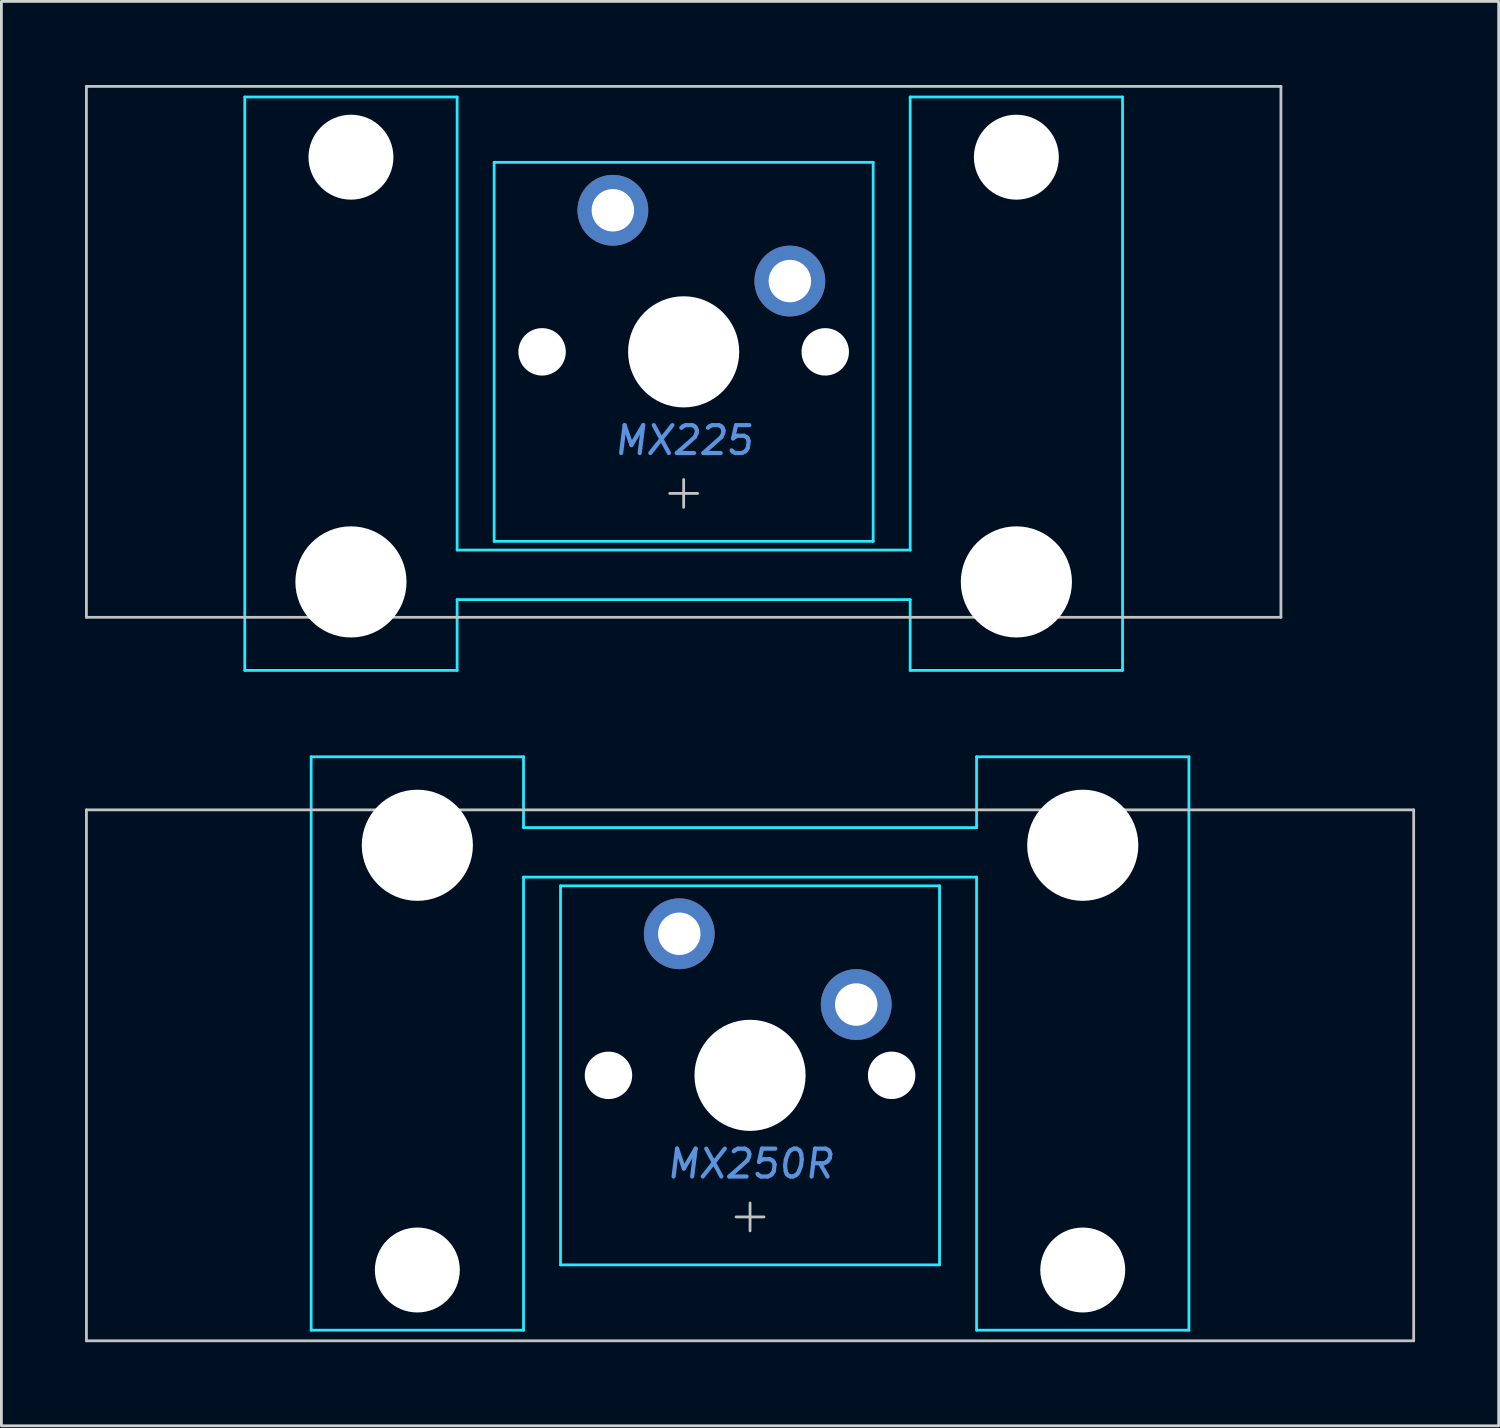
<source format=kicad_pcb>
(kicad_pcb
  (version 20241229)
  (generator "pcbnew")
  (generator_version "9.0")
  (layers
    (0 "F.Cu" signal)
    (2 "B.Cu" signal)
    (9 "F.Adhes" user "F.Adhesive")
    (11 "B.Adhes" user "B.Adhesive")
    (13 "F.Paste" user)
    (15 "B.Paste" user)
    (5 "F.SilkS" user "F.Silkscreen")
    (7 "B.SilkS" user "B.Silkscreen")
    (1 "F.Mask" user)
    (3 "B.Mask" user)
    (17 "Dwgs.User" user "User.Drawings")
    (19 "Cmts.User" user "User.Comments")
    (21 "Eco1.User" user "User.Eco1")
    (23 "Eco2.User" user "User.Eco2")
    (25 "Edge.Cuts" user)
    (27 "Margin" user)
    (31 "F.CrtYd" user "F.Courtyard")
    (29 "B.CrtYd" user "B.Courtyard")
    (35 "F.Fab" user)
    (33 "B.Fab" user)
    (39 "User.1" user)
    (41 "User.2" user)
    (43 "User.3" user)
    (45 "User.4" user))
  (footprint "MX225"
    (layer "F.Cu")
    (at 21.481 9.575)
    (property "Reference" "MX225" (at 0 3.175 0) (layer "Cmts.User") (effects (font (size 1 1) (thickness 0.15) (italic yes))))
    (attr through_hole)
    (fp_line (start -21.431 -9.525) (end -21.431 9.525) (stroke (width 0.1) (type solid)) (layer "Dwgs.User"))
    (fp_line (start -21.431 -9.525) (end 21.431 -9.525) (stroke (width 0.1) (type solid)) (layer "Dwgs.User"))
    (fp_line (start -21.431 9.525) (end 21.431 9.525) (stroke (width 0.1) (type solid)) (layer "Dwgs.User"))
    (fp_line (start -0.5 5.08) (end 0.5 5.08) (stroke (width 0.1) (type solid)) (layer "Dwgs.User"))
    (fp_line (start 0 5.58) (end 0 4.58) (stroke (width 0.1) (type solid)) (layer "Dwgs.User"))
    (fp_line (start 21.431 -9.525) (end 21.431 9.525) (stroke (width 0.1) (type solid)) (layer "Dwgs.User"))
    (fp_line (start -15.438 -5.485) (end -15.438 8.515) (stroke (width 0.1) (type solid)) (layer "Eco1.User"))
    (fp_line (start -14.938 -5.985) (end -8.938 -5.985) (stroke (width 0.1) (type solid)) (layer "Eco1.User"))
    (fp_line (start -8.938 9.015) (end -14.938 9.015) (stroke (width 0.1) (type solid)) (layer "Eco1.User"))
    (fp_line (start -8.438 8.515) (end -8.438 -5.485) (stroke (width 0.1) (type solid)) (layer "Eco1.User"))
    (fp_line (start -7 -6.5) (end -7 6.5) (stroke (width 0.1) (type solid)) (layer "Eco1.User"))
    (fp_line (start -6.5 7) (end 6.5 7) (stroke (width 0.1) (type solid)) (layer "Eco1.User"))
    (fp_line (start 6.5 -7) (end -6.5 -7) (stroke (width 0.1) (type solid)) (layer "Eco1.User"))
    (fp_line (start 7 6.5) (end 7 -6.5) (stroke (width 0.1) (type solid)) (layer "Eco1.User"))
    (fp_line (start 8.438 -5.485) (end 8.438 8.515) (stroke (width 0.1) (type solid)) (layer "Eco1.User"))
    (fp_line (start 8.938 -5.985) (end 14.938 -5.985) (stroke (width 0.1) (type solid)) (layer "Eco1.User"))
    (fp_line (start 14.938 9.015) (end 8.938 9.015) (stroke (width 0.1) (type solid)) (layer "Eco1.User"))
    (fp_line (start 15.438 8.515) (end 15.438 -5.485) (stroke (width 0.1) (type solid)) (layer "Eco1.User"))
    (fp_arc (start -15.438 -5.485) (mid -15.291553 -5.838553) (end -14.938 -5.985) (stroke (width 0.1) (type solid)) (layer "Eco1.User"))
    (fp_arc (start -14.938 9.015) (mid -15.291553 8.868553) (end -15.438 8.515) (stroke (width 0.1) (type solid)) (layer "Eco1.User"))
    (fp_arc (start -8.938 -5.985) (mid -8.584447 -5.838553) (end -8.438 -5.485) (stroke (width 0.1) (type solid)) (layer "Eco1.User"))
    (fp_arc (start -8.438 8.515) (mid -8.584447 8.868553) (end -8.938 9.015) (stroke (width 0.1) (type solid)) (layer "Eco1.User"))
    (fp_arc (start -7 -6.5) (mid -6.853553 -6.853553) (end -6.5 -7) (stroke (width 0.1) (type solid)) (layer "Eco1.User"))
    (fp_arc (start -6.5 7) (mid -6.853553 6.853553) (end -7 6.5) (stroke (width 0.1) (type solid)) (layer "Eco1.User"))
    (fp_arc (start 6.5 -7) (mid 6.853553 -6.853553) (end 7 -6.5) (stroke (width 0.1) (type solid)) (layer "Eco1.User"))
    (fp_arc (start 7 6.5) (mid 6.853553 6.853553) (end 6.5 7) (stroke (width 0.1) (type solid)) (layer "Eco1.User"))
    (fp_arc (start 8.438 -5.485) (mid 8.584447 -5.838553) (end 8.938 -5.985) (stroke (width 0.1) (type solid)) (layer "Eco1.User"))
    (fp_arc (start 8.938 9.015) (mid 8.584447 8.868553) (end 8.438 8.515) (stroke (width 0.1) (type solid)) (layer "Eco1.User"))
    (fp_arc (start 14.938 -5.985) (mid 15.291553 -5.838553) (end 15.438 -5.485) (stroke (width 0.1) (type solid)) (layer "Eco1.User"))
    (fp_arc (start 15.438 8.515) (mid 15.291553 8.868553) (end 14.938 9.015) (stroke (width 0.1) (type solid)) (layer "Eco1.User"))
    (fp_line (start -15.748 -9.144) (end -8.128 -9.144) (stroke (width 0.1) (type solid)) (layer "B.CrtYd"))
    (fp_line (start -15.748 11.43) (end -15.748 -9.144) (stroke (width 0.1) (type solid)) (layer "B.CrtYd"))
    (fp_line (start -8.128 -9.144) (end -8.128 7.112) (stroke (width 0.1) (type solid)) (layer "B.CrtYd"))
    (fp_line (start -8.128 7.112) (end 8.128 7.112) (stroke (width 0.1) (type solid)) (layer "B.CrtYd"))
    (fp_line (start -8.128 8.89) (end 8.128 8.89) (stroke (width 0.1) (type solid)) (layer "B.CrtYd"))
    (fp_line (start -8.128 11.43) (end -15.748 11.43) (stroke (width 0.1) (type solid)) (layer "B.CrtYd"))
    (fp_line (start -8.128 11.43) (end -8.128 8.89) (stroke (width 0.1) (type solid)) (layer "B.CrtYd"))
    (fp_line (start -6.8 6.8) (end -6.8 -6.8) (stroke (width 0.1) (type solid)) (layer "B.CrtYd"))
    (fp_line (start 6.8 -6.8) (end -6.8 -6.8) (stroke (width 0.1) (type solid)) (layer "B.CrtYd"))
    (fp_line (start 6.8 6.8) (end -6.8 6.8) (stroke (width 0.1) (type solid)) (layer "B.CrtYd"))
    (fp_line (start 6.8 6.8) (end 6.8 -6.8) (stroke (width 0.1) (type solid)) (layer "B.CrtYd"))
    (fp_line (start 8.128 -9.144) (end 8.128 7.112) (stroke (width 0.1) (type solid)) (layer "B.CrtYd"))
    (fp_line (start 8.128 -9.144) (end 15.748 -9.144) (stroke (width 0.1) (type solid)) (layer "B.CrtYd"))
    (fp_line (start 8.128 11.43) (end 8.128 8.89) (stroke (width 0.1) (type solid)) (layer "B.CrtYd"))
    (fp_line (start 15.748 -9.144) (end 15.748 11.43) (stroke (width 0.1) (type solid)) (layer "B.CrtYd"))
    (fp_line (start 15.748 11.43) (end 8.128 11.43) (stroke (width 0.1) (type solid)) (layer "B.CrtYd"))
    (pad "" np_thru_hole circle (at -11.938 -6.985) (size 3.048 3.048) (drill 3.048) (layers "*.Cu" "*.Mask"))
    (pad "" np_thru_hole circle (at -11.938 8.255) (size 3.988 3.988) (drill 3.988) (layers "*.Cu" "*.Mask"))
    (pad "" np_thru_hole circle (at -5.08 0) (size 1.702 1.702) (drill 1.702) (layers "*.Cu" "*.Mask"))
    (pad "" np_thru_hole circle (at 0 0) (size 3.988 3.988) (drill 3.988) (layers "*.Cu" "*.Mask"))
    (pad "" np_thru_hole circle (at 5.08 0) (size 1.702 1.702) (drill 1.702) (layers "*.Cu" "*.Mask"))
    (pad "" np_thru_hole circle (at 11.938 -6.985) (size 3.048 3.048) (drill 3.048) (layers "*.Cu" "*.Mask"))
    (pad "" np_thru_hole circle (at 11.938 8.255) (size 3.988 3.988) (drill 3.988) (layers "*.Cu" "*.Mask"))
    (pad "1" thru_hole circle (at -2.54 -5.08) (size 2.54 2.54) (drill 1.524) (layers "*.Cu" "*.Mask"))
    (pad "2" thru_hole circle (at 3.81 -2.54) (size 2.54 2.54) (drill 1.524) (layers "*.Cu" "*.Mask")))
  (footprint "MX250R"
    (layer "F.Cu")
    (at 23.863 35.535)
    (property "Reference" "MX250R" (at 0 3.175 0) (layer "Cmts.User") (effects (font (size 1 1) (thickness 0.15) (italic yes))))
    (attr through_hole)
    (fp_line (start -23.812 -9.525) (end -23.812 9.525) (stroke (width 0.1) (type solid)) (layer "Dwgs.User"))
    (fp_line (start -23.812 -9.525) (end 23.812 -9.525) (stroke (width 0.1) (type solid)) (layer "Dwgs.User"))
    (fp_line (start -23.812 9.525) (end 23.812 9.525) (stroke (width 0.1) (type solid)) (layer "Dwgs.User"))
    (fp_line (start -0.5 5.08) (end 0.5 5.08) (stroke (width 0.1) (type solid)) (layer "Dwgs.User"))
    (fp_line (start 0 5.58) (end 0 4.58) (stroke (width 0.1) (type solid)) (layer "Dwgs.User"))
    (fp_line (start 23.812 -9.525) (end 23.812 9.525) (stroke (width 0.1) (type solid)) (layer "Dwgs.User"))
    (fp_line (start -15.438 -8.515) (end -15.438 5.485) (stroke (width 0.1) (type solid)) (layer "Eco1.User"))
    (fp_line (start -14.938 -9.015) (end -8.938 -9.015) (stroke (width 0.1) (type solid)) (layer "Eco1.User"))
    (fp_line (start -8.938 5.985) (end -14.938 5.985) (stroke (width 0.1) (type solid)) (layer "Eco1.User"))
    (fp_line (start -8.438 5.485) (end -8.438 -8.515) (stroke (width 0.1) (type solid)) (layer "Eco1.User"))
    (fp_line (start -7 -6.5) (end -7 6.5) (stroke (width 0.1) (type solid)) (layer "Eco1.User"))
    (fp_line (start -6.5 7) (end 6.5 7) (stroke (width 0.1) (type solid)) (layer "Eco1.User"))
    (fp_line (start 6.5 -7) (end -6.5 -7) (stroke (width 0.1) (type solid)) (layer "Eco1.User"))
    (fp_line (start 7 6.5) (end 7 -6.5) (stroke (width 0.1) (type solid)) (layer "Eco1.User"))
    (fp_line (start 8.438 -8.515) (end 8.438 5.485) (stroke (width 0.1) (type solid)) (layer "Eco1.User"))
    (fp_line (start 8.938 -9.015) (end 14.938 -9.015) (stroke (width 0.1) (type solid)) (layer "Eco1.User"))
    (fp_line (start 14.938 5.985) (end 8.938 5.985) (stroke (width 0.1) (type solid)) (layer "Eco1.User"))
    (fp_line (start 15.438 5.485) (end 15.438 -8.515) (stroke (width 0.1) (type solid)) (layer "Eco1.User"))
    (fp_arc (start -15.438 -8.515) (mid -15.291553 -8.868553) (end -14.938 -9.015) (stroke (width 0.1) (type solid)) (layer "Eco1.User"))
    (fp_arc (start -14.938 5.985) (mid -15.291553 5.838553) (end -15.438 5.485) (stroke (width 0.1) (type solid)) (layer "Eco1.User"))
    (fp_arc (start -8.938 -9.015) (mid -8.584447 -8.868553) (end -8.438 -8.515) (stroke (width 0.1) (type solid)) (layer "Eco1.User"))
    (fp_arc (start -8.438 5.485) (mid -8.584447 5.838553) (end -8.938 5.985) (stroke (width 0.1) (type solid)) (layer "Eco1.User"))
    (fp_arc (start -7 -6.5) (mid -6.853553 -6.853553) (end -6.5 -7) (stroke (width 0.1) (type solid)) (layer "Eco1.User"))
    (fp_arc (start -6.5 7) (mid -6.853553 6.853553) (end -7 6.5) (stroke (width 0.1) (type solid)) (layer "Eco1.User"))
    (fp_arc (start 6.5 -7) (mid 6.853553 -6.853553) (end 7 -6.5) (stroke (width 0.1) (type solid)) (layer "Eco1.User"))
    (fp_arc (start 7 6.5) (mid 6.853553 6.853553) (end 6.5 7) (stroke (width 0.1) (type solid)) (layer "Eco1.User"))
    (fp_arc (start 8.438 -8.515) (mid 8.584447 -8.868553) (end 8.938 -9.015) (stroke (width 0.1) (type solid)) (layer "Eco1.User"))
    (fp_arc (start 8.938 5.985) (mid 8.584447 5.838553) (end 8.438 5.485) (stroke (width 0.1) (type solid)) (layer "Eco1.User"))
    (fp_arc (start 14.938 -9.015) (mid 15.291553 -8.868553) (end 15.438 -8.515) (stroke (width 0.1) (type solid)) (layer "Eco1.User"))
    (fp_arc (start 15.438 5.485) (mid 15.291553 5.838553) (end 14.938 5.985) (stroke (width 0.1) (type solid)) (layer "Eco1.User"))
    (fp_line (start -15.748 -11.43) (end -8.128 -11.43) (stroke (width 0.1) (type solid)) (layer "B.CrtYd"))
    (fp_line (start -15.748 9.144) (end -15.748 -11.43) (stroke (width 0.1) (type solid)) (layer "B.CrtYd"))
    (fp_line (start -8.128 -11.43) (end -8.128 -8.89) (stroke (width 0.1) (type solid)) (layer "B.CrtYd"))
    (fp_line (start -8.128 9.144) (end -15.748 9.144) (stroke (width 0.1) (type solid)) (layer "B.CrtYd"))
    (fp_line (start -8.128 9.144) (end -8.128 -7.112) (stroke (width 0.1) (type solid)) (layer "B.CrtYd"))
    (fp_line (start -6.8 6.8) (end -6.8 -6.8) (stroke (width 0.1) (type solid)) (layer "B.CrtYd"))
    (fp_line (start 6.8 -6.8) (end -6.8 -6.8) (stroke (width 0.1) (type solid)) (layer "B.CrtYd"))
    (fp_line (start 6.8 6.8) (end -6.8 6.8) (stroke (width 0.1) (type solid)) (layer "B.CrtYd"))
    (fp_line (start 6.8 6.8) (end 6.8 -6.8) (stroke (width 0.1) (type solid)) (layer "B.CrtYd"))
    (fp_line (start 8.128 -11.43) (end 8.128 -8.89) (stroke (width 0.1) (type solid)) (layer "B.CrtYd"))
    (fp_line (start 8.128 -11.43) (end 15.748 -11.43) (stroke (width 0.1) (type solid)) (layer "B.CrtYd"))
    (fp_line (start 8.128 -8.89) (end -8.128 -8.89) (stroke (width 0.1) (type solid)) (layer "B.CrtYd"))
    (fp_line (start 8.128 -7.112) (end -8.128 -7.112) (stroke (width 0.1) (type solid)) (layer "B.CrtYd"))
    (fp_line (start 8.128 9.144) (end 8.128 -7.112) (stroke (width 0.1) (type solid)) (layer "B.CrtYd"))
    (fp_line (start 15.748 -11.43) (end 15.748 9.144) (stroke (width 0.1) (type solid)) (layer "B.CrtYd"))
    (fp_line (start 15.748 9.144) (end 8.128 9.144) (stroke (width 0.1) (type solid)) (layer "B.CrtYd"))
    (pad "" np_thru_hole circle (at -11.938 -8.255 180) (size 3.988 3.988) (drill 3.988) (layers "*.Cu" "*.Mask"))
    (pad "" np_thru_hole circle (at -11.938 6.985 180) (size 3.048 3.048) (drill 3.048) (layers "*.Cu" "*.Mask"))
    (pad "" np_thru_hole circle (at -5.08 0) (size 1.702 1.702) (drill 1.702) (layers "*.Cu" "*.Mask"))
    (pad "" np_thru_hole circle (at 0 0) (size 3.988 3.988) (drill 3.988) (layers "*.Cu" "*.Mask"))
    (pad "" np_thru_hole circle (at 5.08 0) (size 1.702 1.702) (drill 1.702) (layers "*.Cu" "*.Mask"))
    (pad "" np_thru_hole circle (at 11.938 -8.255 180) (size 3.988 3.988) (drill 3.988) (layers "*.Cu" "*.Mask"))
    (pad "" np_thru_hole circle (at 11.938 6.985 180) (size 3.048 3.048) (drill 3.048) (layers "*.Cu" "*.Mask"))
    (pad "1" thru_hole circle (at -2.54 -5.08) (size 2.54 2.54) (drill 1.524) (layers "*.Cu" "*.Mask"))
    (pad "2" thru_hole circle (at 3.81 -2.54) (size 2.54 2.54) (drill 1.524) (layers "*.Cu" "*.Mask")))
  (gr_rect
    (start -3 -3)
    (end 50.725 48.11)
    (stroke (width 0.1) (type default))
    (fill no)
    (layer "Edge.Cuts")))
</source>
